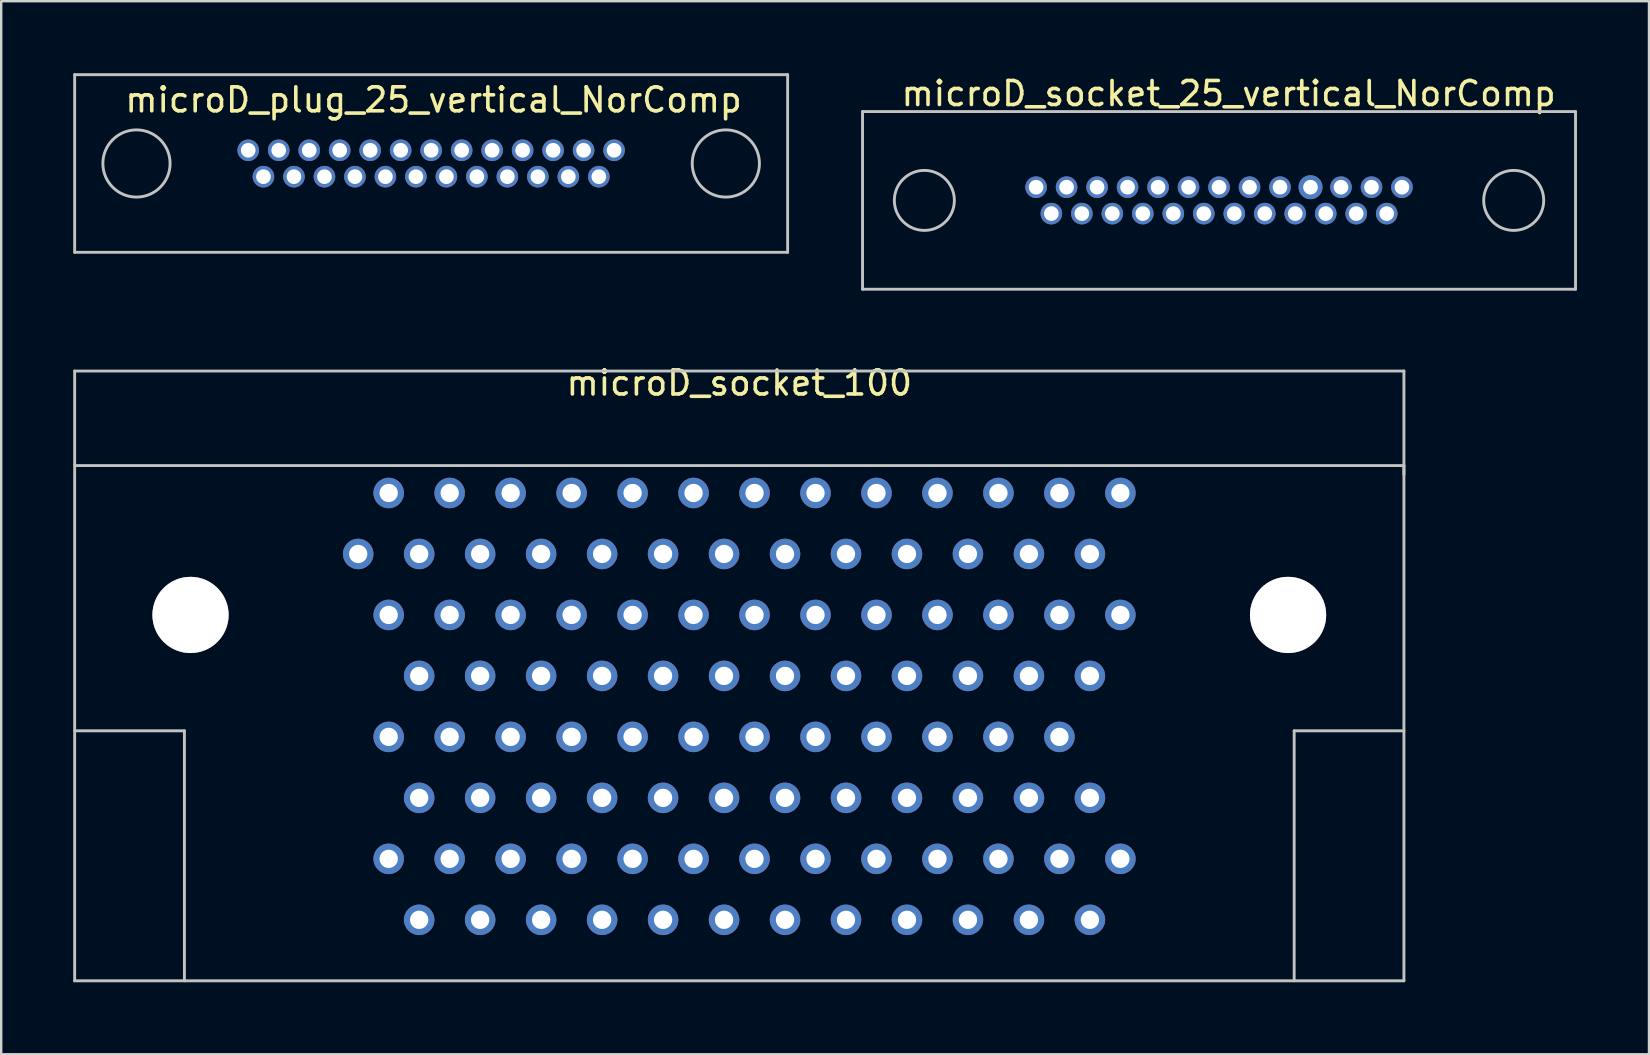
<source format=kicad_pcb>
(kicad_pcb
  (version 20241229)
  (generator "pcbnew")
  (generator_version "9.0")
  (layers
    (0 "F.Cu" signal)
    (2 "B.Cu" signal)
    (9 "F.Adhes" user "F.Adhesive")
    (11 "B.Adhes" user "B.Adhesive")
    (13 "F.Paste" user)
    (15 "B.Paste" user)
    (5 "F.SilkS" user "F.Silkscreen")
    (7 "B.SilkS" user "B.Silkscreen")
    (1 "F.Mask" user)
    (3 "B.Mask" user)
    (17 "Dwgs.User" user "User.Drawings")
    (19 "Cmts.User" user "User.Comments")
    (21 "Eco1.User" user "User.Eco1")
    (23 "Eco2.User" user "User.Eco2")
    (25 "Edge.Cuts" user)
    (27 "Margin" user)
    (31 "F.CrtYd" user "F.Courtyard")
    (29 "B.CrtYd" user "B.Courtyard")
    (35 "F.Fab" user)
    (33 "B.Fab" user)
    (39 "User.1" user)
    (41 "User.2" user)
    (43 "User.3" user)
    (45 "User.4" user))
  (footprint "microD_plug_25_vertical_NorComp"
    (layer "F.Cu")
    (at 14.91 3.76)
    (property "Reference" "microD_plug_25_vertical_NorComp" (at 0.1 -2.65 0) (layer "F.SilkS") (effects (font (size 1 1) (thickness 0.15))))
    (attr through_hole)
    (fp_line (start -14.85 -3.7) (end 14.85 -3.7) (stroke (width 0.12) (type solid)) (layer "Dwgs.User"))
    (fp_line (start -14.85 3.7) (end -14.85 -3.7) (stroke (width 0.12) (type solid)) (layer "Dwgs.User"))
    (fp_line (start 14.85 -3.7) (end 14.85 3.7) (stroke (width 0.12) (type solid)) (layer "Dwgs.User"))
    (fp_line (start 14.85 3.7) (end -14.85 3.7) (stroke (width 0.12) (type solid)) (layer "Dwgs.User"))
    (fp_circle (center -12.275 0) (end -10.875 0) (stroke (width 0.12) (type solid)) (fill no) (layer "Dwgs.User"))
    (fp_circle (center 12.275 0) (end 13.675 0) (stroke (width 0.12) (type solid)) (fill no) (layer "Dwgs.User"))
    (pad "1" thru_hole circle (at -7.62 -0.55) (size 0.9 0.9) (drill 0.61) (layers "*.Cu" "*.Mask"))
    (pad "2" thru_hole circle (at -6.35 -0.55) (size 0.9 0.9) (drill 0.61) (layers "*.Cu" "*.Mask"))
    (pad "3" thru_hole circle (at -5.08 -0.55) (size 0.9 0.9) (drill 0.61) (layers "*.Cu" "*.Mask"))
    (pad "4" thru_hole circle (at -3.81 -0.55) (size 0.9 0.9) (drill 0.61) (layers "*.Cu" "*.Mask"))
    (pad "5" thru_hole circle (at -2.54 -0.55) (size 0.9 0.9) (drill 0.61) (layers "*.Cu" "*.Mask"))
    (pad "6" thru_hole circle (at -1.27 -0.55) (size 0.9 0.9) (drill 0.61) (layers "*.Cu" "*.Mask"))
    (pad "7" thru_hole circle (at 0 -0.55) (size 0.9 0.9) (drill 0.61) (layers "*.Cu" "*.Mask"))
    (pad "8" thru_hole circle (at 1.27 -0.55) (size 0.9 0.9) (drill 0.61) (layers "*.Cu" "*.Mask"))
    (pad "9" thru_hole circle (at 2.54 -0.55) (size 0.9 0.9) (drill 0.61) (layers "*.Cu" "*.Mask"))
    (pad "10" thru_hole circle (at 3.81 -0.55) (size 0.9 0.9) (drill 0.61) (layers "*.Cu" "*.Mask"))
    (pad "11" thru_hole circle (at 5.08 -0.55) (size 0.9 0.9) (drill 0.61) (layers "*.Cu" "*.Mask"))
    (pad "12" thru_hole circle (at 6.35 -0.55) (size 0.9 0.9) (drill 0.61) (layers "*.Cu" "*.Mask"))
    (pad "13" thru_hole circle (at 7.62 -0.55) (size 0.9 0.9) (drill 0.61) (layers "*.Cu" "*.Mask"))
    (pad "14" thru_hole circle (at -6.985 0.55) (size 0.9 0.9) (drill 0.61) (layers "*.Cu" "*.Mask"))
    (pad "15" thru_hole circle (at -5.715 0.55) (size 0.9 0.9) (drill 0.61) (layers "*.Cu" "*.Mask"))
    (pad "16" thru_hole circle (at -4.445 0.55) (size 0.9 0.9) (drill 0.61) (layers "*.Cu" "*.Mask"))
    (pad "17" thru_hole circle (at -3.175 0.55) (size 0.9 0.9) (drill 0.61) (layers "*.Cu" "*.Mask"))
    (pad "18" thru_hole circle (at -1.905 0.55) (size 0.9 0.9) (drill 0.61) (layers "*.Cu" "*.Mask"))
    (pad "19" thru_hole circle (at -0.635 0.55) (size 0.9 0.9) (drill 0.61) (layers "*.Cu" "*.Mask"))
    (pad "20" thru_hole circle (at 0.635 0.55) (size 0.9 0.9) (drill 0.61) (layers "*.Cu" "*.Mask"))
    (pad "21" thru_hole circle (at 1.905 0.55) (size 0.9 0.9) (drill 0.61) (layers "*.Cu" "*.Mask"))
    (pad "22" thru_hole circle (at 3.175 0.55) (size 0.9 0.9) (drill 0.61) (layers "*.Cu" "*.Mask"))
    (pad "23" thru_hole circle (at 4.445 0.55) (size 0.9 0.9) (drill 0.61) (layers "*.Cu" "*.Mask"))
    (pad "24" thru_hole circle (at 5.715 0.55) (size 0.9 0.9) (drill 0.61) (layers "*.Cu" "*.Mask"))
    (pad "25" thru_hole circle (at 6.985 0.55) (size 0.9 0.9) (drill 0.61) (layers "*.Cu" "*.Mask")))
  (footprint "microD_socket_100"
    (layer "F.Cu")
    (at 27.746 12.406)
    (property "Reference" "microD_socket_100" (at 0 0.5 0) (layer "F.SilkS") (effects (font (size 1 1) (thickness 0.15))))
    (attr through_hole)
    (fp_line (start -27.686 0) (end 27.686 0) (stroke (width 0.12) (type solid)) (layer "Dwgs.User"))
    (fp_line (start -27.686 3.937) (end 27.686 3.937) (stroke (width 0.12) (type solid)) (layer "Dwgs.User"))
    (fp_line (start -27.686 14.986) (end -23.114 14.986) (stroke (width 0.12) (type solid)) (layer "Dwgs.User"))
    (fp_line (start -27.686 25.4) (end -27.686 0) (stroke (width 0.12) (type solid)) (layer "Dwgs.User"))
    (fp_line (start -23.114 14.986) (end -23.114 25.4) (stroke (width 0.12) (type solid)) (layer "Dwgs.User"))
    (fp_line (start 23.114 14.986) (end 23.114 25.4) (stroke (width 0.12) (type solid)) (layer "Dwgs.User"))
    (fp_line (start 27.686 0) (end 27.686 25.4) (stroke (width 0.12) (type solid)) (layer "Dwgs.User"))
    (fp_line (start 27.686 3.937) (end 27.686 4.318) (stroke (width 0.12) (type solid)) (layer "Dwgs.User"))
    (fp_line (start 27.686 14.986) (end 23.114 14.986) (stroke (width 0.12) (type solid)) (layer "Dwgs.User"))
    (fp_line (start 27.686 25.4) (end -27.686 25.4) (stroke (width 0.12) (type solid)) (layer "Dwgs.User"))
    (pad "" thru_hole circle (at -22.86 10.16) (size 3.175 3.175) (drill 3.175) (layers "*.Cu" "*.Mask"))
    (pad "" thru_hole circle (at 22.86 10.16) (size 3.175 3.175) (drill 3.175) (layers "*.Cu" "*.Mask"))
    (pad "1" thru_hole circle (at 15.875 5.08) (size 1.27 1.27) (drill 0.762) (layers "*.Cu" "*.Mask"))
    (pad "2" thru_hole circle (at 14.605 7.62) (size 1.27 1.27) (drill 0.762) (layers "*.Cu" "*.Mask"))
    (pad "3" thru_hole circle (at 13.335 5.08) (size 1.27 1.27) (drill 0.762) (layers "*.Cu" "*.Mask"))
    (pad "4" thru_hole circle (at 12.065 7.62) (size 1.27 1.27) (drill 0.762) (layers "*.Cu" "*.Mask"))
    (pad "5" thru_hole circle (at 10.795 5.08) (size 1.27 1.27) (drill 0.762) (layers "*.Cu" "*.Mask"))
    (pad "6" thru_hole circle (at 9.525 7.62) (size 1.27 1.27) (drill 0.762) (layers "*.Cu" "*.Mask"))
    (pad "7" thru_hole circle (at 8.255 5.08) (size 1.27 1.27) (drill 0.762) (layers "*.Cu" "*.Mask"))
    (pad "8" thru_hole circle (at 6.985 7.62) (size 1.27 1.27) (drill 0.762) (layers "*.Cu" "*.Mask"))
    (pad "9" thru_hole circle (at 5.715 5.08) (size 1.27 1.27) (drill 0.762) (layers "*.Cu" "*.Mask"))
    (pad "10" thru_hole circle (at 4.445 7.62) (size 1.27 1.27) (drill 0.762) (layers "*.Cu" "*.Mask"))
    (pad "11" thru_hole circle (at 3.175 5.08) (size 1.27 1.27) (drill 0.762) (layers "*.Cu" "*.Mask"))
    (pad "12" thru_hole circle (at 1.905 7.62) (size 1.27 1.27) (drill 0.762) (layers "*.Cu" "*.Mask"))
    (pad "13" thru_hole circle (at 0.635 5.08) (size 1.27 1.27) (drill 0.762) (layers "*.Cu" "*.Mask"))
    (pad "14" thru_hole circle (at -0.635 7.62) (size 1.27 1.27) (drill 0.762) (layers "*.Cu" "*.Mask"))
    (pad "15" thru_hole circle (at -1.905 5.08) (size 1.27 1.27) (drill 0.762) (layers "*.Cu" "*.Mask"))
    (pad "16" thru_hole circle (at -3.175 7.62) (size 1.27 1.27) (drill 0.762) (layers "*.Cu" "*.Mask"))
    (pad "17" thru_hole circle (at -4.445 5.08) (size 1.27 1.27) (drill 0.762) (layers "*.Cu" "*.Mask"))
    (pad "18" thru_hole circle (at -5.715 7.62) (size 1.27 1.27) (drill 0.762) (layers "*.Cu" "*.Mask"))
    (pad "19" thru_hole circle (at -6.985 5.08) (size 1.27 1.27) (drill 0.762) (layers "*.Cu" "*.Mask"))
    (pad "20" thru_hole circle (at -8.255 7.62) (size 1.27 1.27) (drill 0.762) (layers "*.Cu" "*.Mask"))
    (pad "21" thru_hole circle (at -9.525 5.08) (size 1.27 1.27) (drill 0.762) (layers "*.Cu" "*.Mask"))
    (pad "22" thru_hole circle (at -10.795 7.62) (size 1.27 1.27) (drill 0.762) (layers "*.Cu" "*.Mask"))
    (pad "23" thru_hole circle (at -12.065 5.08) (size 1.27 1.27) (drill 0.762) (layers "*.Cu" "*.Mask"))
    (pad "24" thru_hole circle (at -13.335 7.62) (size 1.27 1.27) (drill 0.762) (layers "*.Cu" "*.Mask"))
    (pad "25" thru_hole circle (at -14.605 5.08) (size 1.27 1.27) (drill 0.762) (layers "*.Cu" "*.Mask"))
    (pad "26" thru_hole circle (at -15.875 7.62) (size 1.27 1.27) (drill 0.762) (layers "*.Cu" "*.Mask"))
    (pad "27" thru_hole circle (at 15.875 10.16) (size 1.27 1.27) (drill 0.762) (layers "*.Cu" "*.Mask"))
    (pad "28" thru_hole circle (at 14.605 12.7) (size 1.27 1.27) (drill 0.762) (layers "*.Cu" "*.Mask"))
    (pad "29" thru_hole circle (at 13.335 10.16) (size 1.27 1.27) (drill 0.762) (layers "*.Cu" "*.Mask"))
    (pad "30" thru_hole circle (at 12.065 12.7) (size 1.27 1.27) (drill 0.762) (layers "*.Cu" "*.Mask"))
    (pad "31" thru_hole circle (at 10.795 10.16) (size 1.27 1.27) (drill 0.762) (layers "*.Cu" "*.Mask"))
    (pad "32" thru_hole circle (at 9.525 12.7) (size 1.27 1.27) (drill 0.762) (layers "*.Cu" "*.Mask"))
    (pad "33" thru_hole circle (at 8.255 10.16) (size 1.27 1.27) (drill 0.762) (layers "*.Cu" "*.Mask"))
    (pad "34" thru_hole circle (at 6.985 12.7) (size 1.27 1.27) (drill 0.762) (layers "*.Cu" "*.Mask"))
    (pad "35" thru_hole circle (at 5.715 10.16) (size 1.27 1.27) (drill 0.762) (layers "*.Cu" "*.Mask"))
    (pad "36" thru_hole circle (at 4.445 12.7) (size 1.27 1.27) (drill 0.762) (layers "*.Cu" "*.Mask"))
    (pad "37" thru_hole circle (at 3.175 10.16) (size 1.27 1.27) (drill 0.762) (layers "*.Cu" "*.Mask"))
    (pad "38" thru_hole circle (at 1.905 12.7) (size 1.27 1.27) (drill 0.762) (layers "*.Cu" "*.Mask"))
    (pad "39" thru_hole circle (at 0.635 10.16) (size 1.27 1.27) (drill 0.762) (layers "*.Cu" "*.Mask"))
    (pad "40" thru_hole circle (at -0.635 12.7) (size 1.27 1.27) (drill 0.762) (layers "*.Cu" "*.Mask"))
    (pad "41" thru_hole circle (at -1.905 10.16) (size 1.27 1.27) (drill 0.762) (layers "*.Cu" "*.Mask"))
    (pad "42" thru_hole circle (at -3.175 12.7) (size 1.27 1.27) (drill 0.762) (layers "*.Cu" "*.Mask"))
    (pad "43" thru_hole circle (at -4.445 10.16) (size 1.27 1.27) (drill 0.762) (layers "*.Cu" "*.Mask"))
    (pad "44" thru_hole circle (at -5.715 12.7) (size 1.27 1.27) (drill 0.762) (layers "*.Cu" "*.Mask"))
    (pad "45" thru_hole circle (at -6.985 10.16) (size 1.27 1.27) (drill 0.762) (layers "*.Cu" "*.Mask"))
    (pad "46" thru_hole circle (at -8.255 12.7) (size 1.27 1.27) (drill 0.762) (layers "*.Cu" "*.Mask"))
    (pad "47" thru_hole circle (at -9.525 10.16) (size 1.27 1.27) (drill 0.762) (layers "*.Cu" "*.Mask"))
    (pad "48" thru_hole circle (at -10.795 12.7) (size 1.27 1.27) (drill 0.762) (layers "*.Cu" "*.Mask"))
    (pad "49" thru_hole circle (at -12.065 10.16) (size 1.27 1.27) (drill 0.762) (layers "*.Cu" "*.Mask"))
    (pad "50" thru_hole circle (at -13.335 12.7) (size 1.27 1.27) (drill 0.762) (layers "*.Cu" "*.Mask"))
    (pad "51" thru_hole circle (at -14.605 10.16) (size 1.27 1.27) (drill 0.762) (layers "*.Cu" "*.Mask"))
    (pad "52" thru_hole circle (at 14.605 17.78) (size 1.27 1.27) (drill 0.762) (layers "*.Cu" "*.Mask"))
    (pad "53" thru_hole circle (at 13.335 15.24) (size 1.27 1.27) (drill 0.762) (layers "*.Cu" "*.Mask"))
    (pad "54" thru_hole circle (at 12.065 17.78) (size 1.27 1.27) (drill 0.762) (layers "*.Cu" "*.Mask"))
    (pad "55" thru_hole circle (at 10.795 15.24) (size 1.27 1.27) (drill 0.762) (layers "*.Cu" "*.Mask"))
    (pad "56" thru_hole circle (at 9.525 17.78) (size 1.27 1.27) (drill 0.762) (layers "*.Cu" "*.Mask"))
    (pad "57" thru_hole circle (at 8.255 15.24) (size 1.27 1.27) (drill 0.762) (layers "*.Cu" "*.Mask"))
    (pad "58" thru_hole circle (at 6.985 17.78) (size 1.27 1.27) (drill 0.762) (layers "*.Cu" "*.Mask"))
    (pad "59" thru_hole circle (at 5.715 15.24) (size 1.27 1.27) (drill 0.762) (layers "*.Cu" "*.Mask"))
    (pad "60" thru_hole circle (at 4.445 17.78) (size 1.27 1.27) (drill 0.762) (layers "*.Cu" "*.Mask"))
    (pad "61" thru_hole circle (at 3.175 15.24) (size 1.27 1.27) (drill 0.762) (layers "*.Cu" "*.Mask"))
    (pad "62" thru_hole circle (at 1.905 17.78) (size 1.27 1.27) (drill 0.762) (layers "*.Cu" "*.Mask"))
    (pad "63" thru_hole circle (at 0.635 15.24) (size 1.27 1.27) (drill 0.762) (layers "*.Cu" "*.Mask"))
    (pad "64" thru_hole circle (at -0.635 17.78) (size 1.27 1.27) (drill 0.762) (layers "*.Cu" "*.Mask"))
    (pad "65" thru_hole circle (at -1.905 15.24) (size 1.27 1.27) (drill 0.762) (layers "*.Cu" "*.Mask"))
    (pad "66" thru_hole circle (at -3.175 17.78) (size 1.27 1.27) (drill 0.762) (layers "*.Cu" "*.Mask"))
    (pad "67" thru_hole circle (at -4.445 15.24) (size 1.27 1.27) (drill 0.762) (layers "*.Cu" "*.Mask"))
    (pad "68" thru_hole circle (at -5.715 17.78) (size 1.27 1.27) (drill 0.762) (layers "*.Cu" "*.Mask"))
    (pad "69" thru_hole circle (at -6.985 15.24) (size 1.27 1.27) (drill 0.762) (layers "*.Cu" "*.Mask"))
    (pad "70" thru_hole circle (at -8.255 17.78) (size 1.27 1.27) (drill 0.762) (layers "*.Cu" "*.Mask"))
    (pad "71" thru_hole circle (at -9.525 15.24) (size 1.27 1.27) (drill 0.762) (layers "*.Cu" "*.Mask"))
    (pad "72" thru_hole circle (at -10.795 17.78) (size 1.27 1.27) (drill 0.762) (layers "*.Cu" "*.Mask"))
    (pad "73" thru_hole circle (at -12.065 15.24) (size 1.27 1.27) (drill 0.762) (layers "*.Cu" "*.Mask"))
    (pad "74" thru_hole circle (at -13.335 17.78) (size 1.27 1.27) (drill 0.762) (layers "*.Cu" "*.Mask"))
    (pad "75" thru_hole circle (at -14.605 15.24) (size 1.27 1.27) (drill 0.762) (layers "*.Cu" "*.Mask"))
    (pad "76" thru_hole circle (at 15.875 20.32) (size 1.27 1.27) (drill 0.762) (layers "*.Cu" "*.Mask"))
    (pad "77" thru_hole circle (at 14.605 22.86) (size 1.27 1.27) (drill 0.762) (layers "*.Cu" "*.Mask"))
    (pad "78" thru_hole circle (at 13.335 20.32) (size 1.27 1.27) (drill 0.762) (layers "*.Cu" "*.Mask"))
    (pad "79" thru_hole circle (at 12.065 22.86) (size 1.27 1.27) (drill 0.762) (layers "*.Cu" "*.Mask"))
    (pad "80" thru_hole circle (at 10.795 20.32) (size 1.27 1.27) (drill 0.762) (layers "*.Cu" "*.Mask"))
    (pad "81" thru_hole circle (at 9.525 22.86) (size 1.27 1.27) (drill 0.762) (layers "*.Cu" "*.Mask"))
    (pad "82" thru_hole circle (at 8.255 20.32) (size 1.27 1.27) (drill 0.762) (layers "*.Cu" "*.Mask"))
    (pad "83" thru_hole circle (at 6.985 22.86) (size 1.27 1.27) (drill 0.762) (layers "*.Cu" "*.Mask"))
    (pad "84" thru_hole circle (at 5.715 20.32) (size 1.27 1.27) (drill 0.762) (layers "*.Cu" "*.Mask"))
    (pad "85" thru_hole circle (at 4.445 22.86) (size 1.27 1.27) (drill 0.762) (layers "*.Cu" "*.Mask"))
    (pad "86" thru_hole circle (at 3.175 20.32) (size 1.27 1.27) (drill 0.762) (layers "*.Cu" "*.Mask"))
    (pad "87" thru_hole circle (at 1.905 22.86) (size 1.27 1.27) (drill 0.762) (layers "*.Cu" "*.Mask"))
    (pad "88" thru_hole circle (at 0.635 20.32) (size 1.27 1.27) (drill 0.762) (layers "*.Cu" "*.Mask"))
    (pad "89" thru_hole circle (at -0.635 22.86) (size 1.27 1.27) (drill 0.762) (layers "*.Cu" "*.Mask"))
    (pad "90" thru_hole circle (at -1.905 20.32) (size 1.27 1.27) (drill 0.762) (layers "*.Cu" "*.Mask"))
    (pad "91" thru_hole circle (at -3.175 22.86) (size 1.27 1.27) (drill 0.762) (layers "*.Cu" "*.Mask"))
    (pad "92" thru_hole circle (at -4.445 20.32) (size 1.27 1.27) (drill 0.762) (layers "*.Cu" "*.Mask"))
    (pad "93" thru_hole circle (at -5.715 22.86) (size 1.27 1.27) (drill 0.762) (layers "*.Cu" "*.Mask"))
    (pad "94" thru_hole circle (at -6.985 20.32) (size 1.27 1.27) (drill 0.762) (layers "*.Cu" "*.Mask"))
    (pad "95" thru_hole circle (at -8.255 22.86) (size 1.27 1.27) (drill 0.762) (layers "*.Cu" "*.Mask"))
    (pad "96" thru_hole circle (at -9.525 20.32) (size 1.27 1.27) (drill 0.762) (layers "*.Cu" "*.Mask"))
    (pad "97" thru_hole circle (at -10.795 22.86) (size 1.27 1.27) (drill 0.762) (layers "*.Cu" "*.Mask"))
    (pad "98" thru_hole circle (at -12.065 20.32) (size 1.27 1.27) (drill 0.762) (layers "*.Cu" "*.Mask"))
    (pad "99" thru_hole circle (at -13.335 22.86) (size 1.27 1.27) (drill 0.762) (layers "*.Cu" "*.Mask"))
    (pad "100" thru_hole circle (at -14.605 20.32) (size 1.27 1.27) (drill 0.762) (layers "*.Cu" "*.Mask")))
  (footprint "microD_socket_25_vertical_NorComp"
    (layer "F.Cu")
    (at 47.73 5.298)
    (property "Reference" "microD_socket_25_vertical_NorComp" (at 0.4 -4.45 0) (layer "F.SilkS") (effects (font (size 1 1) (thickness 0.15))))
    (attr through_hole)
    (fp_line (start -14.85 -3.7) (end 14.85 -3.7) (stroke (width 0.12) (type solid)) (layer "Dwgs.User"))
    (fp_line (start -14.85 3.7) (end -14.85 -3.7) (stroke (width 0.12) (type solid)) (layer "Dwgs.User"))
    (fp_line (start 14.85 -3.7) (end 14.85 3.7) (stroke (width 0.12) (type solid)) (layer "Dwgs.User"))
    (fp_line (start 14.85 3.7) (end -14.85 3.7) (stroke (width 0.12) (type solid)) (layer "Dwgs.User"))
    (fp_circle (center -12.275 0) (end -11.025 0) (stroke (width 0.12) (type solid)) (fill no) (layer "Dwgs.User"))
    (fp_circle (center 12.275 0) (end 13.525 0) (stroke (width 0.12) (type solid)) (fill no) (layer "Dwgs.User"))
    (pad "1" thru_hole circle (at 7.62 -0.55) (size 0.9 0.9) (drill 0.61) (layers "*.Cu" "*.Mask"))
    (pad "2" thru_hole circle (at 6.35 -0.55) (size 0.9 0.9) (drill 0.61) (layers "*.Cu" "*.Mask"))
    (pad "3" thru_hole circle (at 5.08 -0.55) (size 0.9 0.9) (drill 0.61) (layers "*.Cu" "*.Mask"))
    (pad "4" thru_hole circle (at 3.81 -0.55) (size 1 1) (drill 0.61) (layers "*.Cu" "*.Mask"))
    (pad "5" thru_hole circle (at 2.54 -0.55) (size 0.9 0.9) (drill 0.61) (layers "*.Cu" "*.Mask"))
    (pad "6" thru_hole circle (at 1.27 -0.55) (size 0.9 0.9) (drill 0.61) (layers "*.Cu" "*.Mask"))
    (pad "7" thru_hole circle (at 0 -0.55) (size 0.9 0.9) (drill 0.61) (layers "*.Cu" "*.Mask"))
    (pad "8" thru_hole circle (at -1.27 -0.55) (size 0.9 0.9) (drill 0.61) (layers "*.Cu" "*.Mask"))
    (pad "9" thru_hole circle (at -2.54 -0.55) (size 0.9 0.9) (drill 0.61) (layers "*.Cu" "*.Mask"))
    (pad "10" thru_hole circle (at -3.81 -0.55) (size 0.9 0.9) (drill 0.61) (layers "*.Cu" "*.Mask"))
    (pad "11" thru_hole circle (at -5.08 -0.55) (size 0.9 0.9) (drill 0.61) (layers "*.Cu" "*.Mask"))
    (pad "12" thru_hole circle (at -6.35 -0.55) (size 0.9 0.9) (drill 0.61) (layers "*.Cu" "*.Mask"))
    (pad "13" thru_hole circle (at -7.62 -0.55) (size 0.9 0.9) (drill 0.61) (layers "*.Cu" "*.Mask"))
    (pad "14" thru_hole circle (at 6.985 0.55) (size 0.9 0.9) (drill 0.61) (layers "*.Cu" "*.Mask"))
    (pad "15" thru_hole circle (at 5.715 0.55) (size 0.9 0.9) (drill 0.61) (layers "*.Cu" "*.Mask"))
    (pad "16" thru_hole circle (at 4.445 0.55) (size 0.9 0.9) (drill 0.61) (layers "*.Cu" "*.Mask"))
    (pad "17" thru_hole circle (at 3.175 0.55) (size 0.9 0.9) (drill 0.61) (layers "*.Cu" "*.Mask"))
    (pad "18" thru_hole circle (at 1.905 0.55) (size 0.9 0.9) (drill 0.61) (layers "*.Cu" "*.Mask"))
    (pad "19" thru_hole circle (at 0.635 0.55) (size 0.9 0.9) (drill 0.61) (layers "*.Cu" "*.Mask"))
    (pad "20" thru_hole circle (at -0.635 0.55) (size 0.9 0.9) (drill 0.61) (layers "*.Cu" "*.Mask"))
    (pad "21" thru_hole circle (at -1.905 0.55) (size 0.9 0.9) (drill 0.61) (layers "*.Cu" "*.Mask"))
    (pad "22" thru_hole circle (at -3.175 0.55) (size 0.9 0.9) (drill 0.61) (layers "*.Cu" "*.Mask"))
    (pad "23" thru_hole circle (at -4.445 0.55) (size 0.9 0.9) (drill 0.61) (layers "*.Cu" "*.Mask"))
    (pad "24" thru_hole circle (at -5.715 0.55) (size 0.9 0.9) (drill 0.61) (layers "*.Cu" "*.Mask"))
    (pad "25" thru_hole circle (at -6.985 0.55) (size 0.9 0.9) (drill 0.61) (layers "*.Cu" "*.Mask")))
  (gr_rect
    (start -3 -3)
    (end 65.64 40.867)
    (stroke (width 0.1) (type default))
    (fill no)
    (layer "Edge.Cuts")))
</source>
